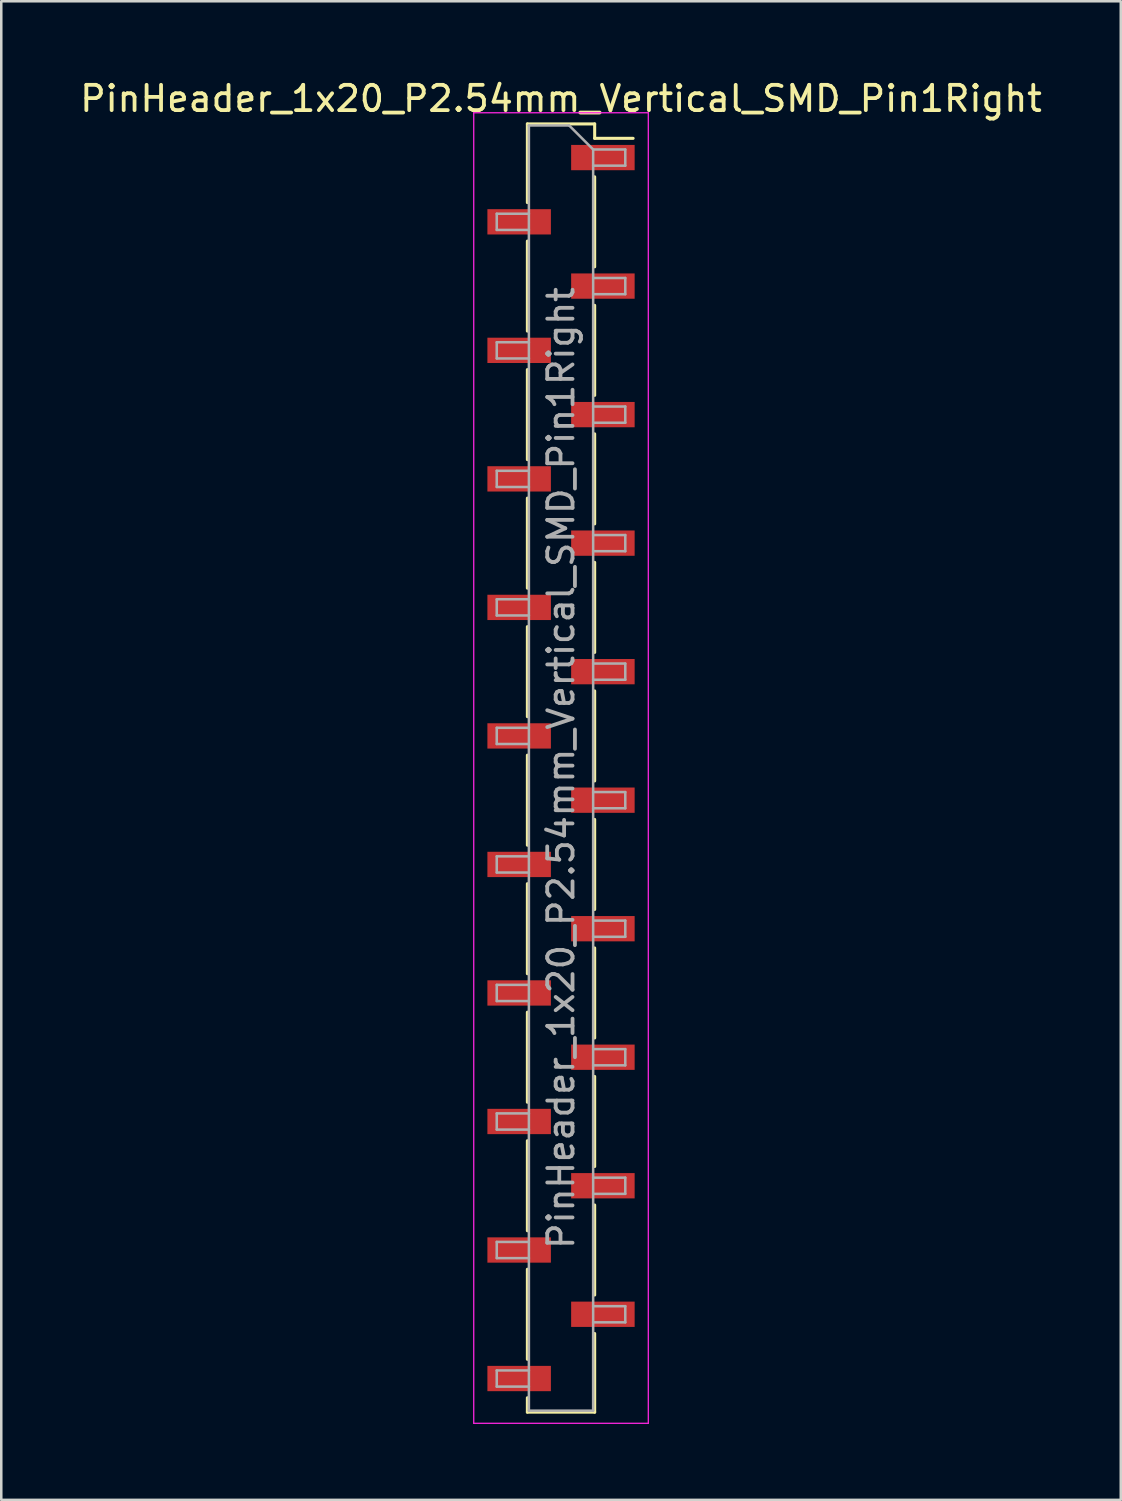
<source format=kicad_pcb>
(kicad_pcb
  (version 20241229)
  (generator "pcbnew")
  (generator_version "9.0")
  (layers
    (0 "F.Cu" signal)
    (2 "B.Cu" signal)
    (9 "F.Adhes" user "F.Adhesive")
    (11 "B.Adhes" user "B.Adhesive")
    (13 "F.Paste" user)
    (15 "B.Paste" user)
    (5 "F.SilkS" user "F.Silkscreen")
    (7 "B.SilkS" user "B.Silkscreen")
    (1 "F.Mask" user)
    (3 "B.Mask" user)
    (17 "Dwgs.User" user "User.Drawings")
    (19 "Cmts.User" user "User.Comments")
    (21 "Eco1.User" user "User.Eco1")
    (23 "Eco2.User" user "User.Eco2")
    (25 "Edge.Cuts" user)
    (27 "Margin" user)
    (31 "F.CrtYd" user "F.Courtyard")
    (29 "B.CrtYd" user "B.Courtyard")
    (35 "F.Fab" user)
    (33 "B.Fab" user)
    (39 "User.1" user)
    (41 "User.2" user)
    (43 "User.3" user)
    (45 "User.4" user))
  (footprint "PinHeader_1x20_P2.54mm_Vertical_SMD_Pin1Right"
    (layer "F.Cu")
    (at 19.125 27.308)
    (property "Reference" "PinHeader_1x20_P2.54mm_Vertical_SMD_Pin1Right" (at 0 -26.46 0) (layer "F.SilkS") (effects (font (size 1 1) (thickness 0.15))))
    (attr smd)
    (fp_line (start -1.33 -25.46) (end -1.33 -22.35) (stroke (width 0.12) (type solid)) (layer "F.SilkS"))
    (fp_line (start -1.33 -25.46) (end 1.33 -25.46) (stroke (width 0.12) (type solid)) (layer "F.SilkS"))
    (fp_line (start -1.33 -20.83) (end -1.33 -17.27) (stroke (width 0.12) (type solid)) (layer "F.SilkS"))
    (fp_line (start -1.33 -15.75) (end -1.33 -12.19) (stroke (width 0.12) (type solid)) (layer "F.SilkS"))
    (fp_line (start -1.33 -10.67) (end -1.33 -7.11) (stroke (width 0.12) (type solid)) (layer "F.SilkS"))
    (fp_line (start -1.33 -5.59) (end -1.33 -2.03) (stroke (width 0.12) (type solid)) (layer "F.SilkS"))
    (fp_line (start -1.33 -0.51) (end -1.33 3.05) (stroke (width 0.12) (type solid)) (layer "F.SilkS"))
    (fp_line (start -1.33 4.57) (end -1.33 8.13) (stroke (width 0.12) (type solid)) (layer "F.SilkS"))
    (fp_line (start -1.33 9.65) (end -1.33 13.21) (stroke (width 0.12) (type solid)) (layer "F.SilkS"))
    (fp_line (start -1.33 14.73) (end -1.33 18.29) (stroke (width 0.12) (type solid)) (layer "F.SilkS"))
    (fp_line (start -1.33 19.81) (end -1.33 23.37) (stroke (width 0.12) (type solid)) (layer "F.SilkS"))
    (fp_line (start -1.33 24.89) (end -1.33 25.46) (stroke (width 0.12) (type solid)) (layer "F.SilkS"))
    (fp_line (start -1.33 25.46) (end 1.33 25.46) (stroke (width 0.12) (type solid)) (layer "F.SilkS"))
    (fp_line (start 1.33 -25.46) (end 1.33 -24.89) (stroke (width 0.12) (type solid)) (layer "F.SilkS"))
    (fp_line (start 1.33 -24.89) (end 2.85 -24.89) (stroke (width 0.12) (type solid)) (layer "F.SilkS"))
    (fp_line (start 1.33 -23.37) (end 1.33 -19.81) (stroke (width 0.12) (type solid)) (layer "F.SilkS"))
    (fp_line (start 1.33 -18.29) (end 1.33 -14.73) (stroke (width 0.12) (type solid)) (layer "F.SilkS"))
    (fp_line (start 1.33 -13.21) (end 1.33 -9.65) (stroke (width 0.12) (type solid)) (layer "F.SilkS"))
    (fp_line (start 1.33 -8.13) (end 1.33 -4.57) (stroke (width 0.12) (type solid)) (layer "F.SilkS"))
    (fp_line (start 1.33 -3.05) (end 1.33 0.51) (stroke (width 0.12) (type solid)) (layer "F.SilkS"))
    (fp_line (start 1.33 2.03) (end 1.33 5.59) (stroke (width 0.12) (type solid)) (layer "F.SilkS"))
    (fp_line (start 1.33 7.11) (end 1.33 10.67) (stroke (width 0.12) (type solid)) (layer "F.SilkS"))
    (fp_line (start 1.33 12.19) (end 1.33 15.75) (stroke (width 0.12) (type solid)) (layer "F.SilkS"))
    (fp_line (start 1.33 17.27) (end 1.33 20.83) (stroke (width 0.12) (type solid)) (layer "F.SilkS"))
    (fp_line (start 1.33 22.35) (end 1.33 25.46) (stroke (width 0.12) (type solid)) (layer "F.SilkS"))
    (fp_line (start -3.45 -25.9) (end -3.45 25.9) (stroke (width 0.05) (type solid)) (layer "F.CrtYd"))
    (fp_line (start -3.45 25.9) (end 3.45 25.9) (stroke (width 0.05) (type solid)) (layer "F.CrtYd"))
    (fp_line (start 3.45 -25.9) (end -3.45 -25.9) (stroke (width 0.05) (type solid)) (layer "F.CrtYd"))
    (fp_line (start 3.45 25.9) (end 3.45 -25.9) (stroke (width 0.05) (type solid)) (layer "F.CrtYd"))
    (fp_line (start -2.54 -21.91) (end -2.54 -21.27) (stroke (width 0.1) (type solid)) (layer "F.Fab"))
    (fp_line (start -2.54 -21.27) (end -1.27 -21.27) (stroke (width 0.1) (type solid)) (layer "F.Fab"))
    (fp_line (start -2.54 -16.83) (end -2.54 -16.19) (stroke (width 0.1) (type solid)) (layer "F.Fab"))
    (fp_line (start -2.54 -16.19) (end -1.27 -16.19) (stroke (width 0.1) (type solid)) (layer "F.Fab"))
    (fp_line (start -2.54 -11.75) (end -2.54 -11.11) (stroke (width 0.1) (type solid)) (layer "F.Fab"))
    (fp_line (start -2.54 -11.11) (end -1.27 -11.11) (stroke (width 0.1) (type solid)) (layer "F.Fab"))
    (fp_line (start -2.54 -6.67) (end -2.54 -6.03) (stroke (width 0.1) (type solid)) (layer "F.Fab"))
    (fp_line (start -2.54 -6.03) (end -1.27 -6.03) (stroke (width 0.1) (type solid)) (layer "F.Fab"))
    (fp_line (start -2.54 -1.59) (end -2.54 -0.95) (stroke (width 0.1) (type solid)) (layer "F.Fab"))
    (fp_line (start -2.54 -0.95) (end -1.27 -0.95) (stroke (width 0.1) (type solid)) (layer "F.Fab"))
    (fp_line (start -2.54 3.49) (end -2.54 4.13) (stroke (width 0.1) (type solid)) (layer "F.Fab"))
    (fp_line (start -2.54 4.13) (end -1.27 4.13) (stroke (width 0.1) (type solid)) (layer "F.Fab"))
    (fp_line (start -2.54 8.57) (end -2.54 9.21) (stroke (width 0.1) (type solid)) (layer "F.Fab"))
    (fp_line (start -2.54 9.21) (end -1.27 9.21) (stroke (width 0.1) (type solid)) (layer "F.Fab"))
    (fp_line (start -2.54 13.65) (end -2.54 14.29) (stroke (width 0.1) (type solid)) (layer "F.Fab"))
    (fp_line (start -2.54 14.29) (end -1.27 14.29) (stroke (width 0.1) (type solid)) (layer "F.Fab"))
    (fp_line (start -2.54 18.73) (end -2.54 19.37) (stroke (width 0.1) (type solid)) (layer "F.Fab"))
    (fp_line (start -2.54 19.37) (end -1.27 19.37) (stroke (width 0.1) (type solid)) (layer "F.Fab"))
    (fp_line (start -2.54 23.81) (end -2.54 24.45) (stroke (width 0.1) (type solid)) (layer "F.Fab"))
    (fp_line (start -2.54 24.45) (end -1.27 24.45) (stroke (width 0.1) (type solid)) (layer "F.Fab"))
    (fp_line (start -1.27 -25.4) (end -1.27 25.4) (stroke (width 0.1) (type solid)) (layer "F.Fab"))
    (fp_line (start -1.27 -25.4) (end 0.32 -25.4) (stroke (width 0.1) (type solid)) (layer "F.Fab"))
    (fp_line (start -1.27 -21.91) (end -2.54 -21.91) (stroke (width 0.1) (type solid)) (layer "F.Fab"))
    (fp_line (start -1.27 -16.83) (end -2.54 -16.83) (stroke (width 0.1) (type solid)) (layer "F.Fab"))
    (fp_line (start -1.27 -11.75) (end -2.54 -11.75) (stroke (width 0.1) (type solid)) (layer "F.Fab"))
    (fp_line (start -1.27 -6.67) (end -2.54 -6.67) (stroke (width 0.1) (type solid)) (layer "F.Fab"))
    (fp_line (start -1.27 -1.59) (end -2.54 -1.59) (stroke (width 0.1) (type solid)) (layer "F.Fab"))
    (fp_line (start -1.27 3.49) (end -2.54 3.49) (stroke (width 0.1) (type solid)) (layer "F.Fab"))
    (fp_line (start -1.27 8.57) (end -2.54 8.57) (stroke (width 0.1) (type solid)) (layer "F.Fab"))
    (fp_line (start -1.27 13.65) (end -2.54 13.65) (stroke (width 0.1) (type solid)) (layer "F.Fab"))
    (fp_line (start -1.27 18.73) (end -2.54 18.73) (stroke (width 0.1) (type solid)) (layer "F.Fab"))
    (fp_line (start -1.27 23.81) (end -2.54 23.81) (stroke (width 0.1) (type solid)) (layer "F.Fab"))
    (fp_line (start 1.27 -24.45) (end 0.32 -25.4) (stroke (width 0.1) (type solid)) (layer "F.Fab"))
    (fp_line (start 1.27 -24.45) (end 2.54 -24.45) (stroke (width 0.1) (type solid)) (layer "F.Fab"))
    (fp_line (start 1.27 -19.37) (end 2.54 -19.37) (stroke (width 0.1) (type solid)) (layer "F.Fab"))
    (fp_line (start 1.27 -14.29) (end 2.54 -14.29) (stroke (width 0.1) (type solid)) (layer "F.Fab"))
    (fp_line (start 1.27 -9.21) (end 2.54 -9.21) (stroke (width 0.1) (type solid)) (layer "F.Fab"))
    (fp_line (start 1.27 -4.13) (end 2.54 -4.13) (stroke (width 0.1) (type solid)) (layer "F.Fab"))
    (fp_line (start 1.27 0.95) (end 2.54 0.95) (stroke (width 0.1) (type solid)) (layer "F.Fab"))
    (fp_line (start 1.27 6.03) (end 2.54 6.03) (stroke (width 0.1) (type solid)) (layer "F.Fab"))
    (fp_line (start 1.27 11.11) (end 2.54 11.11) (stroke (width 0.1) (type solid)) (layer "F.Fab"))
    (fp_line (start 1.27 16.19) (end 2.54 16.19) (stroke (width 0.1) (type solid)) (layer "F.Fab"))
    (fp_line (start 1.27 21.27) (end 2.54 21.27) (stroke (width 0.1) (type solid)) (layer "F.Fab"))
    (fp_line (start 1.27 25.4) (end -1.27 25.4) (stroke (width 0.1) (type solid)) (layer "F.Fab"))
    (fp_line (start 1.27 25.4) (end 1.27 -24.45) (stroke (width 0.1) (type solid)) (layer "F.Fab"))
    (fp_line (start 2.54 -24.45) (end 2.54 -23.81) (stroke (width 0.1) (type solid)) (layer "F.Fab"))
    (fp_line (start 2.54 -23.81) (end 1.27 -23.81) (stroke (width 0.1) (type solid)) (layer "F.Fab"))
    (fp_line (start 2.54 -19.37) (end 2.54 -18.73) (stroke (width 0.1) (type solid)) (layer "F.Fab"))
    (fp_line (start 2.54 -18.73) (end 1.27 -18.73) (stroke (width 0.1) (type solid)) (layer "F.Fab"))
    (fp_line (start 2.54 -14.29) (end 2.54 -13.65) (stroke (width 0.1) (type solid)) (layer "F.Fab"))
    (fp_line (start 2.54 -13.65) (end 1.27 -13.65) (stroke (width 0.1) (type solid)) (layer "F.Fab"))
    (fp_line (start 2.54 -9.21) (end 2.54 -8.57) (stroke (width 0.1) (type solid)) (layer "F.Fab"))
    (fp_line (start 2.54 -8.57) (end 1.27 -8.57) (stroke (width 0.1) (type solid)) (layer "F.Fab"))
    (fp_line (start 2.54 -4.13) (end 2.54 -3.49) (stroke (width 0.1) (type solid)) (layer "F.Fab"))
    (fp_line (start 2.54 -3.49) (end 1.27 -3.49) (stroke (width 0.1) (type solid)) (layer "F.Fab"))
    (fp_line (start 2.54 0.95) (end 2.54 1.59) (stroke (width 0.1) (type solid)) (layer "F.Fab"))
    (fp_line (start 2.54 1.59) (end 1.27 1.59) (stroke (width 0.1) (type solid)) (layer "F.Fab"))
    (fp_line (start 2.54 6.03) (end 2.54 6.67) (stroke (width 0.1) (type solid)) (layer "F.Fab"))
    (fp_line (start 2.54 6.67) (end 1.27 6.67) (stroke (width 0.1) (type solid)) (layer "F.Fab"))
    (fp_line (start 2.54 11.11) (end 2.54 11.75) (stroke (width 0.1) (type solid)) (layer "F.Fab"))
    (fp_line (start 2.54 11.75) (end 1.27 11.75) (stroke (width 0.1) (type solid)) (layer "F.Fab"))
    (fp_line (start 2.54 16.19) (end 2.54 16.83) (stroke (width 0.1) (type solid)) (layer "F.Fab"))
    (fp_line (start 2.54 16.83) (end 1.27 16.83) (stroke (width 0.1) (type solid)) (layer "F.Fab"))
    (fp_line (start 2.54 21.27) (end 2.54 21.91) (stroke (width 0.1) (type solid)) (layer "F.Fab"))
    (fp_line (start 2.54 21.91) (end 1.27 21.91) (stroke (width 0.1) (type solid)) (layer "F.Fab"))
    (fp_text user "${REFERENCE}" (at 0 0 90) (layer "F.Fab") (effects (font (size 1 1) (thickness 0.15))))
    (pad "1" smd rect (at 1.655 -24.13) (size 2.51 1) (layers "F.Cu" "F.Mask" "F.Paste"))
    (pad "2" smd rect (at -1.655 -21.59) (size 2.51 1) (layers "F.Cu" "F.Mask" "F.Paste"))
    (pad "3" smd rect (at 1.655 -19.05) (size 2.51 1) (layers "F.Cu" "F.Mask" "F.Paste"))
    (pad "4" smd rect (at -1.655 -16.51) (size 2.51 1) (layers "F.Cu" "F.Mask" "F.Paste"))
    (pad "5" smd rect (at 1.655 -13.97) (size 2.51 1) (layers "F.Cu" "F.Mask" "F.Paste"))
    (pad "6" smd rect (at -1.655 -11.43) (size 2.51 1) (layers "F.Cu" "F.Mask" "F.Paste"))
    (pad "7" smd rect (at 1.655 -8.89) (size 2.51 1) (layers "F.Cu" "F.Mask" "F.Paste"))
    (pad "8" smd rect (at -1.655 -6.35) (size 2.51 1) (layers "F.Cu" "F.Mask" "F.Paste"))
    (pad "9" smd rect (at 1.655 -3.81) (size 2.51 1) (layers "F.Cu" "F.Mask" "F.Paste"))
    (pad "10" smd rect (at -1.655 -1.27) (size 2.51 1) (layers "F.Cu" "F.Mask" "F.Paste"))
    (pad "11" smd rect (at 1.655 1.27) (size 2.51 1) (layers "F.Cu" "F.Mask" "F.Paste"))
    (pad "12" smd rect (at -1.655 3.81) (size 2.51 1) (layers "F.Cu" "F.Mask" "F.Paste"))
    (pad "13" smd rect (at 1.655 6.35) (size 2.51 1) (layers "F.Cu" "F.Mask" "F.Paste"))
    (pad "14" smd rect (at -1.655 8.89) (size 2.51 1) (layers "F.Cu" "F.Mask" "F.Paste"))
    (pad "15" smd rect (at 1.655 11.43) (size 2.51 1) (layers "F.Cu" "F.Mask" "F.Paste"))
    (pad "16" smd rect (at -1.655 13.97) (size 2.51 1) (layers "F.Cu" "F.Mask" "F.Paste"))
    (pad "17" smd rect (at 1.655 16.51) (size 2.51 1) (layers "F.Cu" "F.Mask" "F.Paste"))
    (pad "18" smd rect (at -1.655 19.05) (size 2.51 1) (layers "F.Cu" "F.Mask" "F.Paste"))
    (pad "19" smd rect (at 1.655 21.59) (size 2.51 1) (layers "F.Cu" "F.Mask" "F.Paste"))
    (pad "20" smd rect (at -1.655 24.13) (size 2.51 1) (layers "F.Cu" "F.Mask" "F.Paste")))
  (gr_rect
    (start -3 -3)
    (end 41.25 56.233)
    (stroke (width 0.1) (type default))
    (fill no)
    (layer "Edge.Cuts")))
</source>
